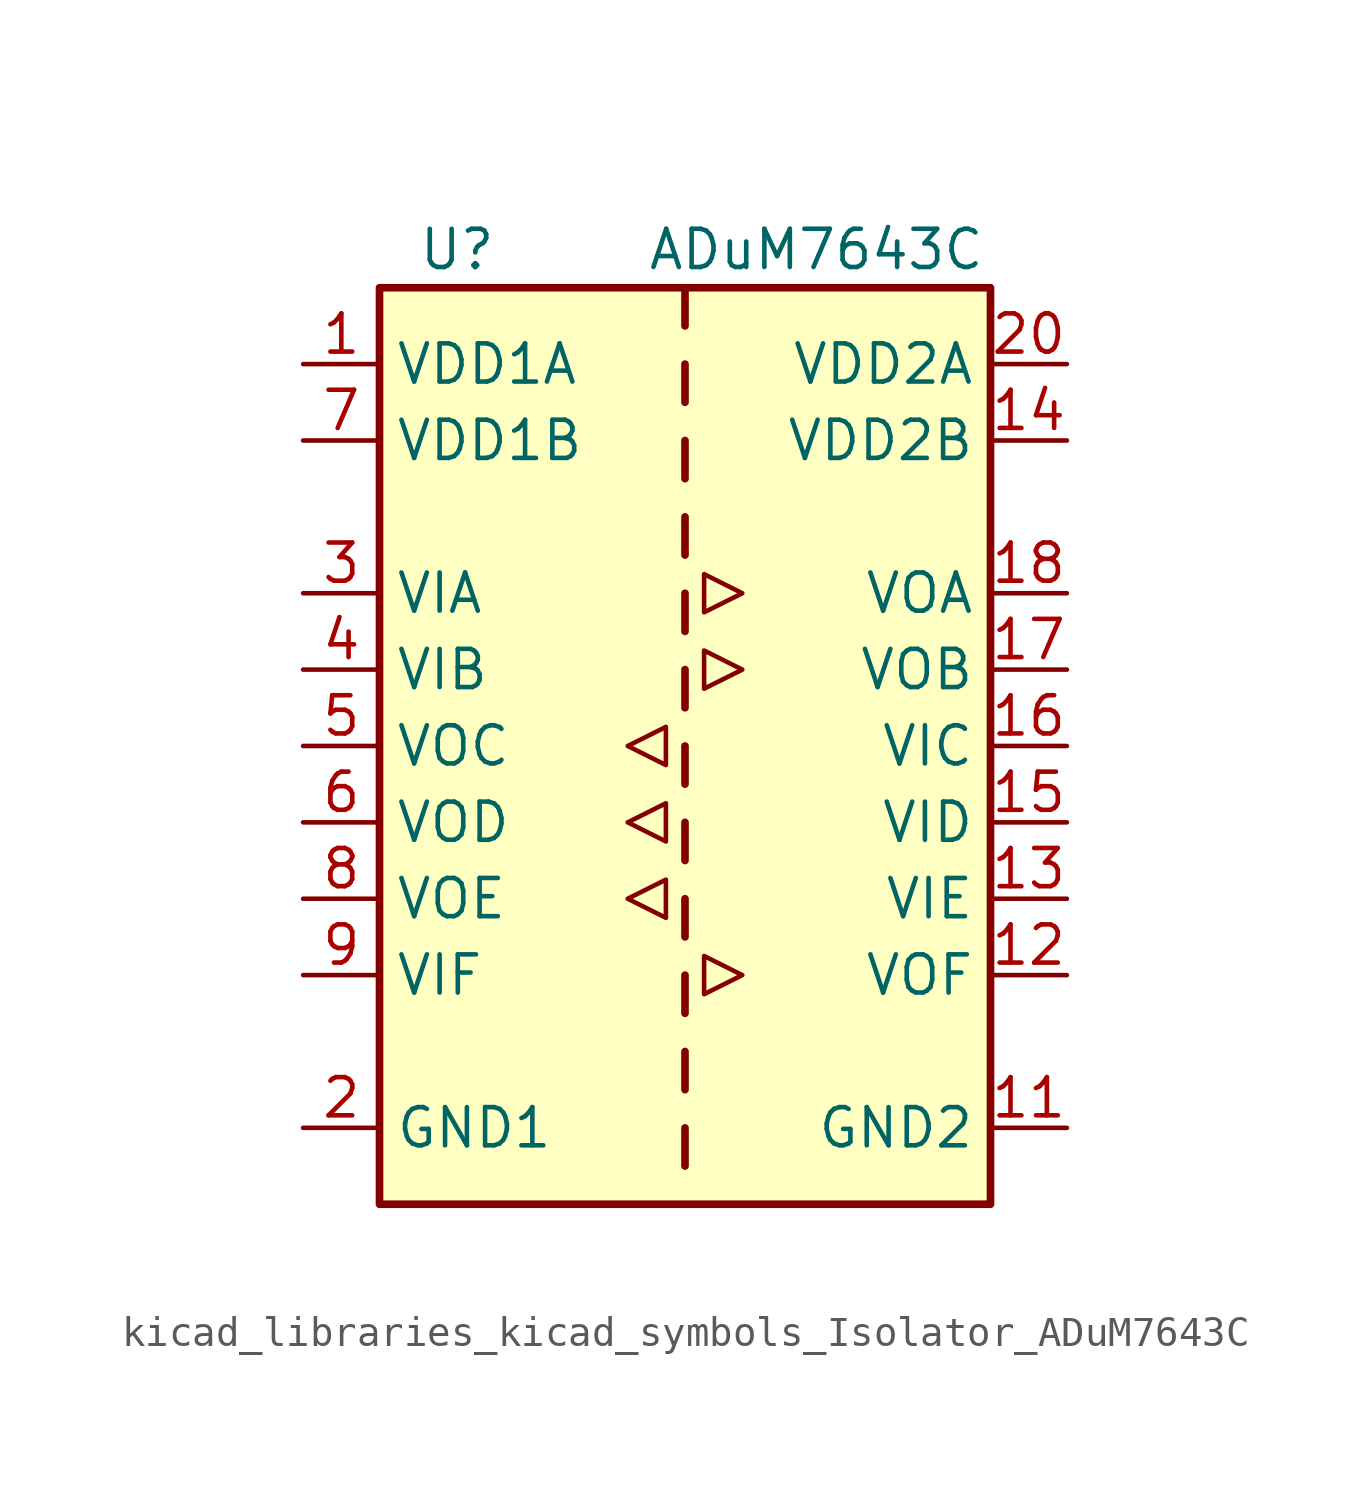
<source format=kicad_sym>
(kicad_symbol_lib
  (version 20220914)
  (generator kicad_symbol_editor)
  (symbol "kicad_libraries_kicad_symbols_Isolator_ADuM7643C"
    (property "Reference" "U"
      (at -8.89 16.51 0)
      (effects (font (size 1.27 1.27)) (justify left)))
    (property "Value" "ADuM7643C"
      (at -1.27 16.51 0)
      (effects (font (size 1.27 1.27)) (justify left)))
    (symbol "kicad_libraries_kicad_symbols_Isolator_ADuM7643C_0_1"
      (polyline (pts (xy -1.905 -5.08) (xy -0.635 -5.715) (xy -0.635 -4.445) (xy -1.905 -5.08)) (stroke (width 0) (type default)) (fill (type none)))
      (polyline (pts (xy -1.905 -2.54) (xy -0.635 -3.175) (xy -0.635 -1.905) (xy -1.905 -2.54)) (stroke (width 0) (type default)) (fill (type none)))
      (polyline (pts (xy -1.905 0) (xy -0.635 -0.635) (xy -0.635 0.635) (xy -1.905 0)) (stroke (width 0) (type default)) (fill (type none)))
      (polyline (pts (xy 0.635 -6.985) (xy 0.635 -8.255) (xy 1.905 -7.62) (xy 0.635 -6.985)) (stroke (width 0) (type default)) (fill (type none)))
      (polyline (pts (xy 0.635 3.175) (xy 0.635 1.905) (xy 1.905 2.54) (xy 0.635 3.175)) (stroke (width 0) (type default)) (fill (type none)))
      (polyline (pts (xy 0.635 5.715) (xy 0.635 4.445) (xy 1.905 5.08) (xy 0.635 5.715)) (stroke (width 0) (type default)) (fill (type none))))
    (symbol "kicad_libraries_kicad_symbols_Isolator_ADuM7643C_1_1"
      (rectangle (start -10.16 15.24) (end 10.16 -15.24) (stroke (width 0.254) (type default)) (fill (type background)))
      (polyline (pts (xy 0 -12.7) (xy 0 -13.97)) (stroke (width 0.254) (type default)) (fill (type none)))
      (polyline (pts (xy 0 -10.16) (xy 0 -11.43)) (stroke (width 0.254) (type default)) (fill (type none)))
      (polyline (pts (xy 0 -7.62) (xy 0 -8.89)) (stroke (width 0.254) (type default)) (fill (type none)))
      (polyline (pts (xy 0 -5.08) (xy 0 -6.35)) (stroke (width 0.254) (type default)) (fill (type none)))
      (polyline (pts (xy 0 -2.54) (xy 0 -3.81)) (stroke (width 0.254) (type default)) (fill (type none)))
      (polyline (pts (xy 0 0) (xy 0 -1.27)) (stroke (width 0.254) (type default)) (fill (type none)))
      (polyline (pts (xy 0 2.54) (xy 0 1.27)) (stroke (width 0.254) (type default)) (fill (type none)))
      (polyline (pts (xy 0 5.08) (xy 0 3.81)) (stroke (width 0.254) (type default)) (fill (type none)))
      (polyline (pts (xy 0 7.62) (xy 0 6.35)) (stroke (width 0.254) (type default)) (fill (type none)))
      (polyline (pts (xy 0 10.16) (xy 0 8.89)) (stroke (width 0.254) (type default)) (fill (type none)))
      (polyline (pts (xy 0 12.7) (xy 0 11.43)) (stroke (width 0.254) (type default)) (fill (type none)))
      (polyline (pts (xy 0 15.24) (xy 0 13.97)) (stroke (width 0.254) (type default)) (fill (type none)))
      (pin power_in line (at -12.7 12.7 0) (length 2.54) (name "VDD1A" (effects (font (size 1.27 1.27)))) (number "1" (effects (font (size 1.27 1.27)))))
      (pin passive line (at -12.7 -12.7 0) (length 2.54) hide (name "GND1" (effects (font (size 1.27 1.27)))) (number "10" (effects (font (size 1.27 1.27)))))
      (pin power_in line (at 12.7 -12.7 180) (length 2.54) (name "GND2" (effects (font (size 1.27 1.27)))) (number "11" (effects (font (size 1.27 1.27)))))
      (pin output line (at 12.7 -7.62 180) (length 2.54) (name "VOF" (effects (font (size 1.27 1.27)))) (number "12" (effects (font (size 1.27 1.27)))))
      (pin input line (at 12.7 -5.08 180) (length 2.54) (name "VIE" (effects (font (size 1.27 1.27)))) (number "13" (effects (font (size 1.27 1.27)))))
      (pin power_in line (at 12.7 10.16 180) (length 2.54) (name "VDD2B" (effects (font (size 1.27 1.27)))) (number "14" (effects (font (size 1.27 1.27)))))
      (pin input line (at 12.7 -2.54 180) (length 2.54) (name "VID" (effects (font (size 1.27 1.27)))) (number "15" (effects (font (size 1.27 1.27)))))
      (pin input line (at 12.7 0 180) (length 2.54) (name "VIC" (effects (font (size 1.27 1.27)))) (number "16" (effects (font (size 1.27 1.27)))))
      (pin output line (at 12.7 2.54 180) (length 2.54) (name "VOB" (effects (font (size 1.27 1.27)))) (number "17" (effects (font (size 1.27 1.27)))))
      (pin output line (at 12.7 5.08 180) (length 2.54) (name "VOA" (effects (font (size 1.27 1.27)))) (number "18" (effects (font (size 1.27 1.27)))))
      (pin passive line (at 12.7 -12.7 180) (length 2.54) hide (name "GND2" (effects (font (size 1.27 1.27)))) (number "19" (effects (font (size 1.27 1.27)))))
      (pin power_in line (at -12.7 -12.7 0) (length 2.54) (name "GND1" (effects (font (size 1.27 1.27)))) (number "2" (effects (font (size 1.27 1.27)))))
      (pin power_in line (at 12.7 12.7 180) (length 2.54) (name "VDD2A" (effects (font (size 1.27 1.27)))) (number "20" (effects (font (size 1.27 1.27)))))
      (pin input line (at -12.7 5.08 0) (length 2.54) (name "VIA" (effects (font (size 1.27 1.27)))) (number "3" (effects (font (size 1.27 1.27)))))
      (pin input line (at -12.7 2.54 0) (length 2.54) (name "VIB" (effects (font (size 1.27 1.27)))) (number "4" (effects (font (size 1.27 1.27)))))
      (pin output line (at -12.7 0 0) (length 2.54) (name "VOC" (effects (font (size 1.27 1.27)))) (number "5" (effects (font (size 1.27 1.27)))))
      (pin output line (at -12.7 -2.54 0) (length 2.54) (name "VOD" (effects (font (size 1.27 1.27)))) (number "6" (effects (font (size 1.27 1.27)))))
      (pin power_in line (at -12.7 10.16 0) (length 2.54) (name "VDD1B" (effects (font (size 1.27 1.27)))) (number "7" (effects (font (size 1.27 1.27)))))
      (pin output line (at -12.7 -5.08 0) (length 2.54) (name "VOE" (effects (font (size 1.27 1.27)))) (number "8" (effects (font (size 1.27 1.27)))))
      (pin input line (at -12.7 -7.62 0) (length 2.54) (name "VIF" (effects (font (size 1.27 1.27)))) (number "9" (effects (font (size 1.27 1.27))))))))
</source>
